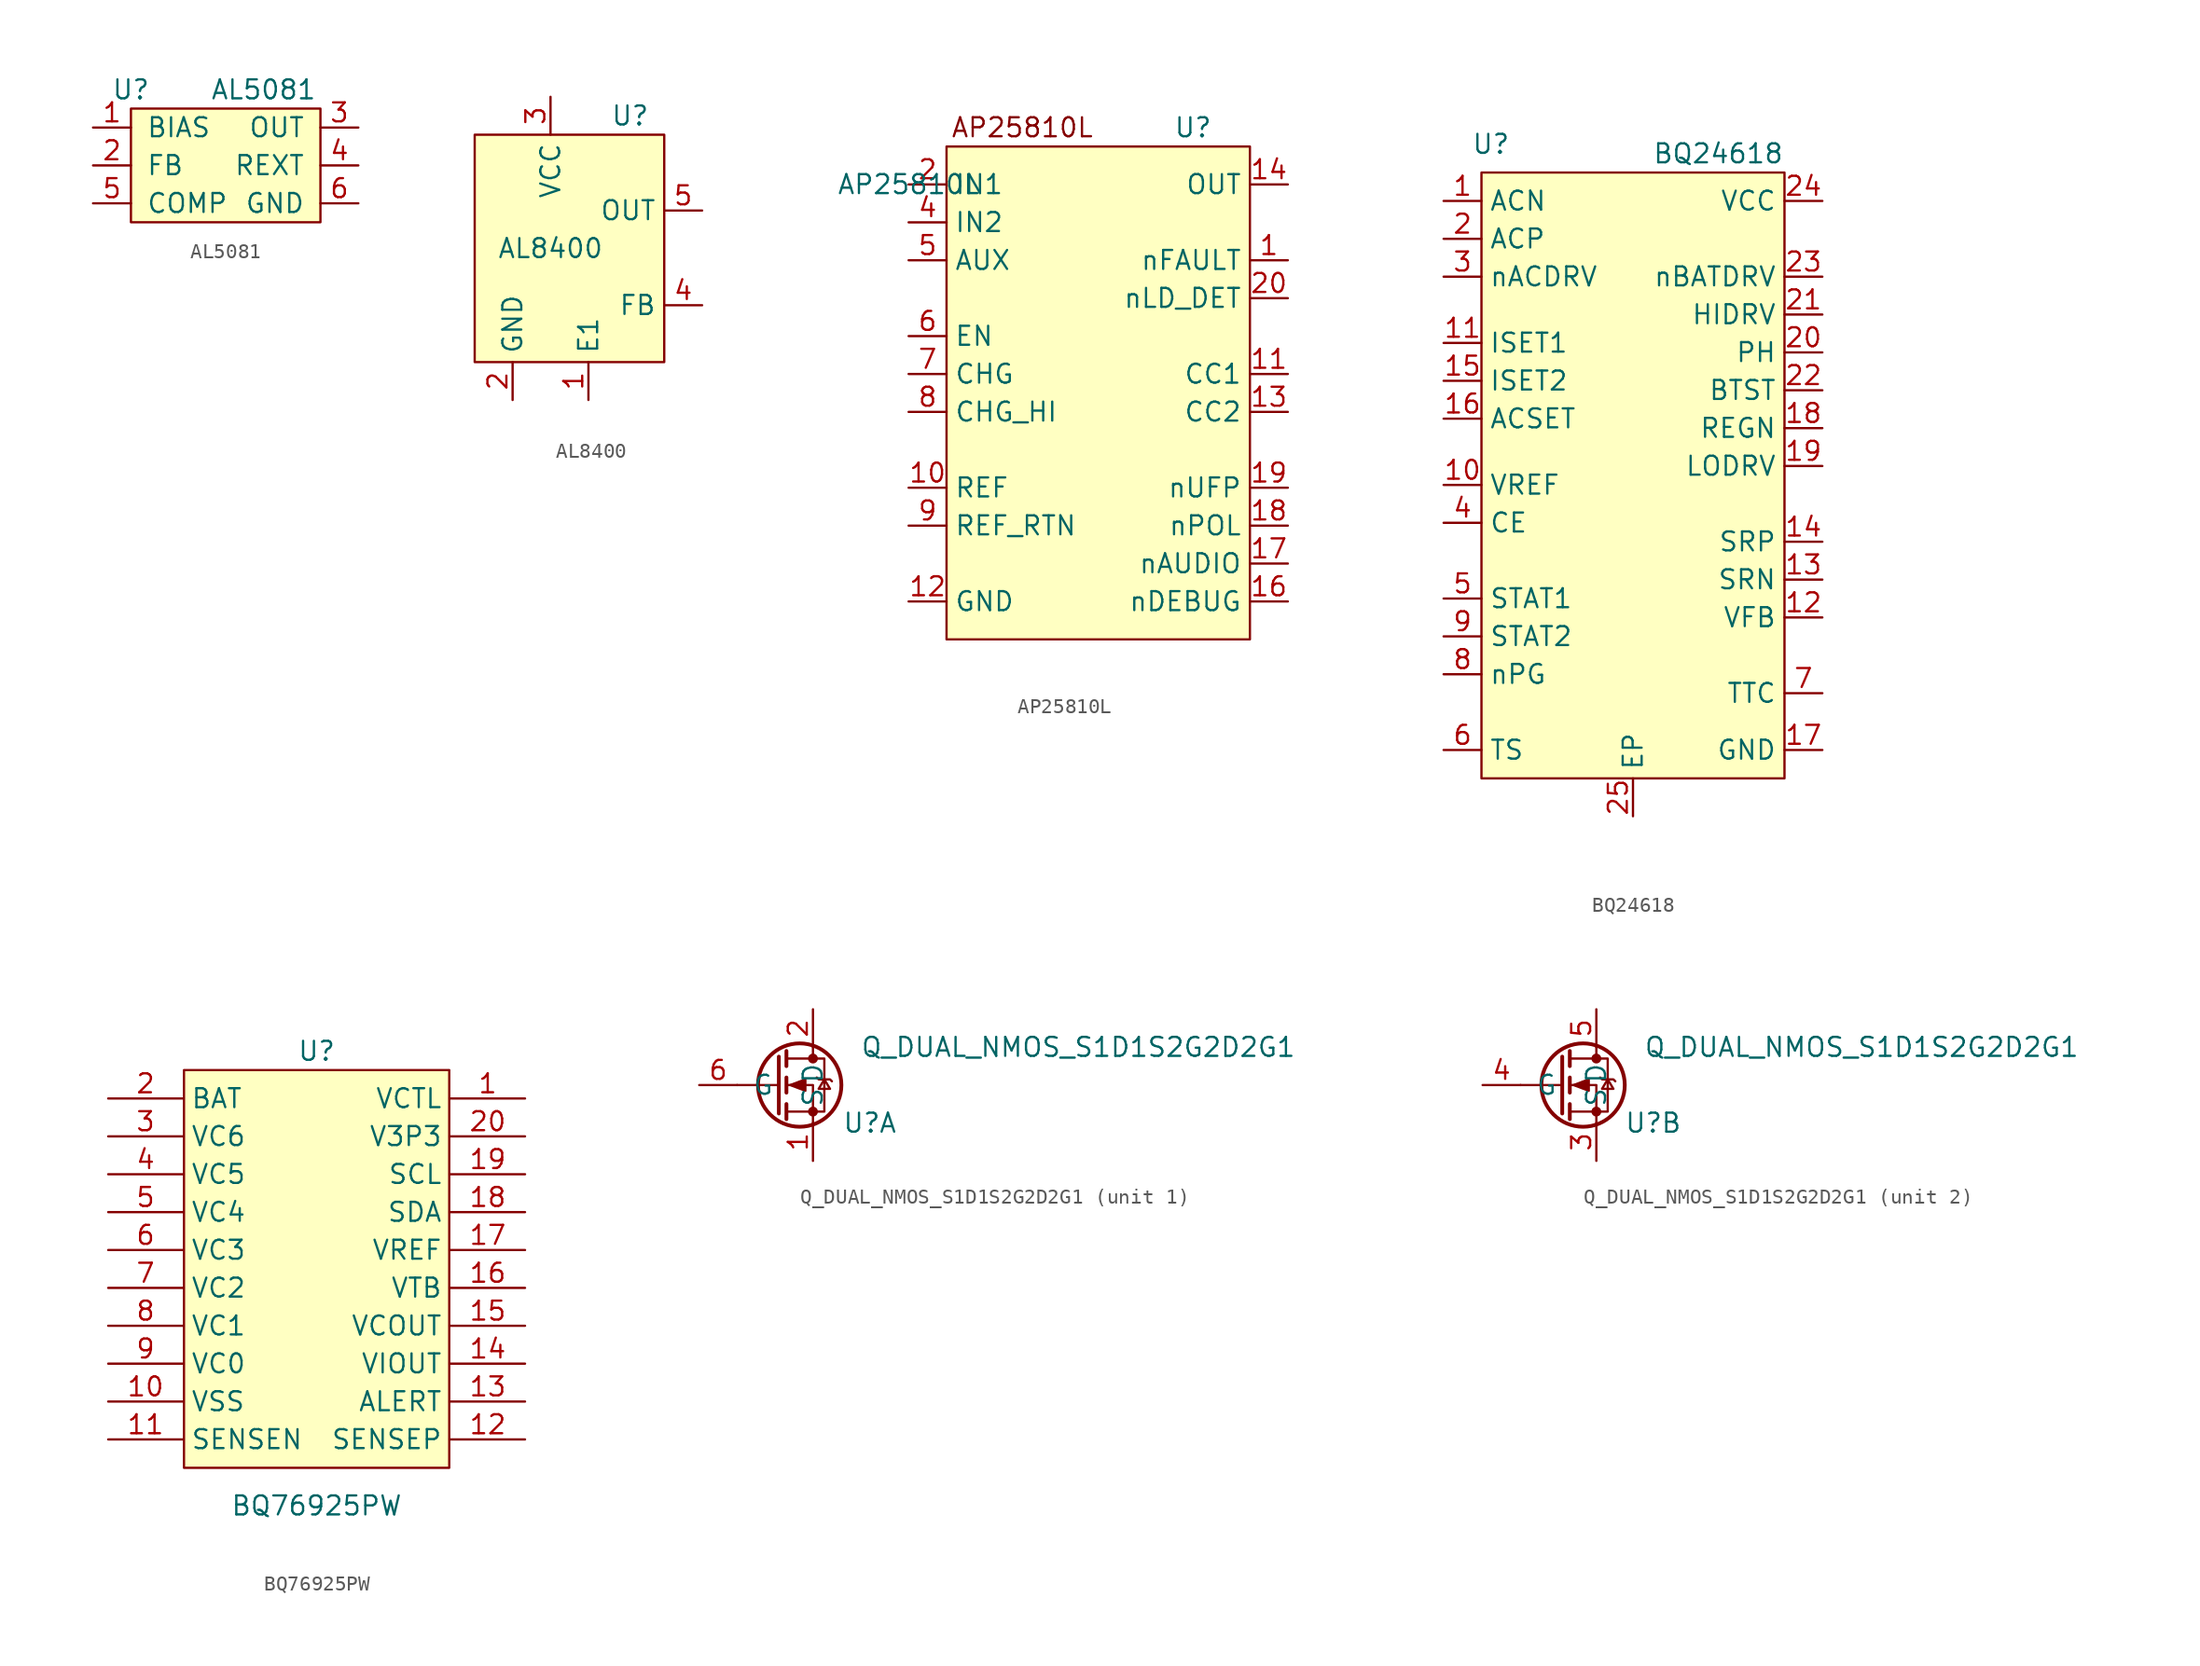
<source format=kicad_sym>
(kicad_symbol_lib
  (version 20241209)
  (generator "kicad_symbol_editor")
  (generator_version "9.0")
  (symbol "AL5081"
    (pin_names
      (offset 1.016))
    (property "Reference" "U"
      (at -6.35 6.35 0)
      (effects (font (size 1.27 1.27))))
    (property "Value" "AL5081"
      (at 2.54 6.35 0)
      (effects (font (size 1.27 1.27))))
    (symbol "AL5081_0_1"
      (rectangle (start -6.35 5.08) (end 6.35 -2.54) (stroke (width 0) (type default)) (fill (type background))))
    (symbol "AL5081_1_1"
      (pin passive line (at -8.89 3.81 0) (length 2.54) (name "BIAS" (effects (font (size 1.27 1.27)))) (number "1" (effects (font (size 1.27 1.27)))))
      (pin passive line (at -8.89 1.27 0) (length 2.54) (name "FB" (effects (font (size 1.27 1.27)))) (number "2" (effects (font (size 1.27 1.27)))))
      (pin passive line (at -8.89 -1.27 0) (length 2.54) (name "COMP" (effects (font (size 1.27 1.27)))) (number "5" (effects (font (size 1.27 1.27)))))
      (pin passive line (at 8.89 3.81 180) (length 2.54) (name "OUT" (effects (font (size 1.27 1.27)))) (number "3" (effects (font (size 1.27 1.27)))))
      (pin passive line (at 8.89 1.27 180) (length 2.54) (name "REXT" (effects (font (size 1.27 1.27)))) (number "4" (effects (font (size 1.27 1.27)))))
      (pin passive line (at 8.89 -1.27 180) (length 2.54) (name "GND" (effects (font (size 1.27 1.27)))) (number "6" (effects (font (size 1.27 1.27)))))))
  (symbol "AL8400"
    (property "Reference" "U"
      (at 5.334 8.89 0)
      (effects (font (size 1.27 1.27))))
    (property "Value" "AL8400"
      (at 0 0 0)
      (effects (font (size 1.27 1.27))))
    (symbol "AL8400_1_1"
      (rectangle (start -5.08 7.62) (end 7.62 -7.62) (stroke (width 0) (type default)) (fill (type background)))
      (pin passive line (at -2.54 -10.16 90) (length 2.54) (name "GND" (effects (font (size 1.27 1.27)))) (number "2" (effects (font (size 1.27 1.27)))))
      (pin passive line (at 0 10.16 270) (length 2.54) (name "VCC" (effects (font (size 1.27 1.27)))) (number "3" (effects (font (size 1.27 1.27)))))
      (pin passive line (at 2.54 -10.16 90) (length 2.54) (name "E1" (effects (font (size 1.27 1.27)))) (number "1" (effects (font (size 1.27 1.27)))))
      (pin passive line (at 10.16 2.54 180) (length 2.54) (name "OUT" (effects (font (size 1.27 1.27)))) (number "5" (effects (font (size 1.27 1.27)))))
      (pin passive line (at 10.16 -3.81 180) (length 2.54) (name "FB" (effects (font (size 1.27 1.27)))) (number "4" (effects (font (size 1.27 1.27)))))))
  (symbol "AP25810L"
    (property "Reference" "U"
      (at 19.05 3.81 0)
      (effects (font (size 1.27 1.27))))
    (property "Value" "AP25810L"
      (at 0 0 0)
      (effects (font (size 1.27 1.27))))
    (symbol "AP25810L_1_1"
      (rectangle (start 2.54 2.54) (end 22.86 -30.48) (stroke (width 0) (type default)) (fill (type background)))
      (text "AP25810L" (at 7.62 3.81 0) (effects (font (size 1.27 1.27))))
      (pin passive line (at 0 0 0) (length 2.54) (name "IN1" (effects (font (size 1.27 1.27)))) (number "2" (effects (font (size 1.27 1.27)))))
      (pin passive line (at 0 0 0) (length 2.54) (hide yes) (name "IN1" (effects (font (size 1.27 1.27)))) (number "3" (effects (font (size 1.27 1.27)))))
      (pin passive line (at 0 -2.54 0) (length 2.54) (name "IN2" (effects (font (size 1.27 1.27)))) (number "4" (effects (font (size 1.27 1.27)))))
      (pin passive line (at 0 -5.08 0) (length 2.54) (name "AUX" (effects (font (size 1.27 1.27)))) (number "5" (effects (font (size 1.27 1.27)))))
      (pin passive line (at 0 -10.16 0) (length 2.54) (name "EN" (effects (font (size 1.27 1.27)))) (number "6" (effects (font (size 1.27 1.27)))))
      (pin passive line (at 0 -12.7 0) (length 2.54) (name "CHG" (effects (font (size 1.27 1.27)))) (number "7" (effects (font (size 1.27 1.27)))))
      (pin passive line (at 0 -15.24 0) (length 2.54) (name "CHG_HI" (effects (font (size 1.27 1.27)))) (number "8" (effects (font (size 1.27 1.27)))))
      (pin passive line (at 0 -20.32 0) (length 2.54) (name "REF" (effects (font (size 1.27 1.27)))) (number "10" (effects (font (size 1.27 1.27)))))
      (pin passive line (at 0 -22.86 0) (length 2.54) (name "REF_RTN" (effects (font (size 1.27 1.27)))) (number "9" (effects (font (size 1.27 1.27)))))
      (pin passive line (at 0 -27.94 0) (length 2.54) (name "GND" (effects (font (size 1.27 1.27)))) (number "12" (effects (font (size 1.27 1.27)))))
      (pin passive line (at 0 -27.94 0) (length 2.54) (hide yes) (name "THERMALPAD" (effects (font (size 1.27 1.27)))) (number "21" (effects (font (size 1.27 1.27)))))
      (pin passive line (at 25.4 0 180) (length 2.54) (name "OUT" (effects (font (size 1.27 1.27)))) (number "14" (effects (font (size 1.27 1.27)))))
      (pin passive line (at 25.4 0 180) (length 2.54) (hide yes) (name "OUT" (effects (font (size 1.27 1.27)))) (number "15" (effects (font (size 1.27 1.27)))))
      (pin passive line (at 25.4 -5.08 180) (length 2.54) (name "nFAULT" (effects (font (size 1.27 1.27)))) (number "1" (effects (font (size 1.27 1.27)))))
      (pin passive line (at 25.4 -7.62 180) (length 2.54) (name "nLD_DET" (effects (font (size 1.27 1.27)))) (number "20" (effects (font (size 1.27 1.27)))))
      (pin passive line (at 25.4 -12.7 180) (length 2.54) (name "CC1" (effects (font (size 1.27 1.27)))) (number "11" (effects (font (size 1.27 1.27)))))
      (pin passive line (at 25.4 -15.24 180) (length 2.54) (name "CC2" (effects (font (size 1.27 1.27)))) (number "13" (effects (font (size 1.27 1.27)))))
      (pin passive line (at 25.4 -20.32 180) (length 2.54) (name "nUFP" (effects (font (size 1.27 1.27)))) (number "19" (effects (font (size 1.27 1.27)))))
      (pin passive line (at 25.4 -22.86 180) (length 2.54) (name "nPOL" (effects (font (size 1.27 1.27)))) (number "18" (effects (font (size 1.27 1.27)))))
      (pin passive line (at 25.4 -25.4 180) (length 2.54) (name "nAUDIO" (effects (font (size 1.27 1.27)))) (number "17" (effects (font (size 1.27 1.27)))))
      (pin passive line (at 25.4 -27.94 180) (length 2.54) (name "nDEBUG" (effects (font (size 1.27 1.27)))) (number "16" (effects (font (size 1.27 1.27)))))))
  (symbol "BQ24618"
    (property "Reference" "U"
      (at -9.525 3.81 0)
      (effects (font (size 1.27 1.27))))
    (property "Value" "BQ24618"
      (at 5.715 3.175 0)
      (effects (font (size 1.27 1.27))))
    (symbol "BQ24618_0_1"
      (rectangle (start -10.16 1.905) (end 10.16 -38.735) (stroke (width 0.152) (type default)) (fill (type background))))
    (symbol "BQ24618_1_1"
      (pin passive line (at -12.7 0 0) (length 2.54) (name "ACN" (effects (font (size 1.27 1.27)))) (number "1" (effects (font (size 1.27 1.27)))))
      (pin passive line (at -12.7 -2.54 0) (length 2.54) (name "ACP" (effects (font (size 1.27 1.27)))) (number "2" (effects (font (size 1.27 1.27)))))
      (pin passive line (at -12.7 -5.08 0) (length 2.54) (name "nACDRV" (effects (font (size 1.27 1.27)))) (number "3" (effects (font (size 1.27 1.27)))))
      (pin passive line (at -12.7 -9.525 0) (length 2.54) (name "ISET1" (effects (font (size 1.27 1.27)))) (number "11" (effects (font (size 1.27 1.27)))))
      (pin passive line (at -12.7 -12.065 0) (length 2.54) (name "ISET2" (effects (font (size 1.27 1.27)))) (number "15" (effects (font (size 1.27 1.27)))))
      (pin passive line (at -12.7 -14.605 0) (length 2.54) (name "ACSET" (effects (font (size 1.27 1.27)))) (number "16" (effects (font (size 1.27 1.27)))))
      (pin passive line (at -12.7 -19.05 0) (length 2.54) (name "VREF" (effects (font (size 1.27 1.27)))) (number "10" (effects (font (size 1.27 1.27)))))
      (pin passive line (at -12.7 -21.59 0) (length 2.54) (name "CE" (effects (font (size 1.27 1.27)))) (number "4" (effects (font (size 1.27 1.27)))))
      (pin passive line (at -12.7 -26.67 0) (length 2.54) (name "STAT1" (effects (font (size 1.27 1.27)))) (number "5" (effects (font (size 1.27 1.27)))))
      (pin passive line (at -12.7 -29.21 0) (length 2.54) (name "STAT2" (effects (font (size 1.27 1.27)))) (number "9" (effects (font (size 1.27 1.27)))))
      (pin passive line (at -12.7 -31.75 0) (length 2.54) (name "nPG" (effects (font (size 1.27 1.27)))) (number "8" (effects (font (size 1.27 1.27)))))
      (pin passive line (at -12.7 -36.83 0) (length 2.54) (name "TS" (effects (font (size 1.27 1.27)))) (number "6" (effects (font (size 1.27 1.27)))))
      (pin passive line (at 0 -41.275 90) (length 2.54) (name "EP" (effects (font (size 1.27 1.27)))) (number "25" (effects (font (size 1.27 1.27)))))
      (pin passive line (at 12.7 0 180) (length 2.54) (name "VCC" (effects (font (size 1.27 1.27)))) (number "24" (effects (font (size 1.27 1.27)))))
      (pin passive line (at 12.7 -5.08 180) (length 2.54) (name "nBATDRV" (effects (font (size 1.27 1.27)))) (number "23" (effects (font (size 1.27 1.27)))))
      (pin passive line (at 12.7 -7.62 180) (length 2.54) (name "HIDRV" (effects (font (size 1.27 1.27)))) (number "21" (effects (font (size 1.27 1.27)))))
      (pin passive line (at 12.7 -10.16 180) (length 2.54) (name "PH" (effects (font (size 1.27 1.27)))) (number "20" (effects (font (size 1.27 1.27)))))
      (pin passive line (at 12.7 -12.7 180) (length 2.54) (name "BTST" (effects (font (size 1.27 1.27)))) (number "22" (effects (font (size 1.27 1.27)))))
      (pin passive line (at 12.7 -15.24 180) (length 2.54) (name "REGN" (effects (font (size 1.27 1.27)))) (number "18" (effects (font (size 1.27 1.27)))))
      (pin passive line (at 12.7 -17.78 180) (length 2.54) (name "LODRV" (effects (font (size 1.27 1.27)))) (number "19" (effects (font (size 1.27 1.27)))))
      (pin passive line (at 12.7 -22.86 180) (length 2.54) (name "SRP" (effects (font (size 1.27 1.27)))) (number "14" (effects (font (size 1.27 1.27)))))
      (pin passive line (at 12.7 -25.4 180) (length 2.54) (name "SRN" (effects (font (size 1.27 1.27)))) (number "13" (effects (font (size 1.27 1.27)))))
      (pin passive line (at 12.7 -27.94 180) (length 2.54) (name "VFB" (effects (font (size 1.27 1.27)))) (number "12" (effects (font (size 1.27 1.27)))))
      (pin passive line (at 12.7 -33.02 180) (length 2.54) (name "TTC" (effects (font (size 1.27 1.27)))) (number "7" (effects (font (size 1.27 1.27)))))
      (pin passive line (at 12.7 -36.83 180) (length 2.54) (name "GND" (effects (font (size 1.27 1.27)))) (number "17" (effects (font (size 1.27 1.27)))))))
  (symbol "BQ76925PW"
    (property "Reference" "U"
      (at 0 14.605 0)
      (effects (font (size 1.27 1.27))))
    (property "Value" "BQ76925PW"
      (at 0 -15.875 0)
      (effects (font (size 1.27 1.27))))
    (symbol "BQ76925PW_0_1"
      (rectangle (start -8.89 13.335) (end 8.89 -13.335) (stroke (width 0.152) (type default)) (fill (type background))))
    (symbol "BQ76925PW_1_1"
      (pin passive line (at -13.97 11.43 0) (length 5.004) (name "BAT" (effects (font (size 1.27 1.27)))) (number "2" (effects (font (size 1.27 1.27)))))
      (pin passive line (at -13.97 8.89 0) (length 5.004) (name "VC6" (effects (font (size 1.27 1.27)))) (number "3" (effects (font (size 1.27 1.27)))))
      (pin passive line (at -13.97 6.35 0) (length 5.004) (name "VC5" (effects (font (size 1.27 1.27)))) (number "4" (effects (font (size 1.27 1.27)))))
      (pin passive line (at -13.97 3.81 0) (length 5.004) (name "VC4" (effects (font (size 1.27 1.27)))) (number "5" (effects (font (size 1.27 1.27)))))
      (pin passive line (at -13.97 1.27 0) (length 5.004) (name "VC3" (effects (font (size 1.27 1.27)))) (number "6" (effects (font (size 1.27 1.27)))))
      (pin passive line (at -13.97 -1.27 0) (length 5.004) (name "VC2" (effects (font (size 1.27 1.27)))) (number "7" (effects (font (size 1.27 1.27)))))
      (pin passive line (at -13.97 -3.81 0) (length 5.004) (name "VC1" (effects (font (size 1.27 1.27)))) (number "8" (effects (font (size 1.27 1.27)))))
      (pin passive line (at -13.97 -6.35 0) (length 5.004) (name "VC0" (effects (font (size 1.27 1.27)))) (number "9" (effects (font (size 1.27 1.27)))))
      (pin passive line (at -13.97 -8.89 0) (length 5.004) (name "VSS" (effects (font (size 1.27 1.27)))) (number "10" (effects (font (size 1.27 1.27)))))
      (pin passive line (at -13.97 -11.43 0) (length 5.004) (name "SENSEN" (effects (font (size 1.27 1.27)))) (number "11" (effects (font (size 1.27 1.27)))))
      (pin passive line (at 13.97 11.43 180) (length 5.004) (name "VCTL" (effects (font (size 1.27 1.27)))) (number "1" (effects (font (size 1.27 1.27)))))
      (pin passive line (at 13.97 8.89 180) (length 5.004) (name "V3P3" (effects (font (size 1.27 1.27)))) (number "20" (effects (font (size 1.27 1.27)))))
      (pin passive line (at 13.97 6.35 180) (length 5.004) (name "SCL" (effects (font (size 1.27 1.27)))) (number "19" (effects (font (size 1.27 1.27)))))
      (pin passive line (at 13.97 3.81 180) (length 5.004) (name "SDA" (effects (font (size 1.27 1.27)))) (number "18" (effects (font (size 1.27 1.27)))))
      (pin passive line (at 13.97 1.27 180) (length 5.004) (name "VREF" (effects (font (size 1.27 1.27)))) (number "17" (effects (font (size 1.27 1.27)))))
      (pin passive line (at 13.97 -1.27 180) (length 5.004) (name "VTB" (effects (font (size 1.27 1.27)))) (number "16" (effects (font (size 1.27 1.27)))))
      (pin passive line (at 13.97 -3.81 180) (length 5.004) (name "VCOUT" (effects (font (size 1.27 1.27)))) (number "15" (effects (font (size 1.27 1.27)))))
      (pin passive line (at 13.97 -6.35 180) (length 5.004) (name "VIOUT" (effects (font (size 1.27 1.27)))) (number "14" (effects (font (size 1.27 1.27)))))
      (pin passive line (at 13.97 -8.89 180) (length 5.004) (name "ALERT" (effects (font (size 1.27 1.27)))) (number "13" (effects (font (size 1.27 1.27)))))
      (pin passive line (at 13.97 -11.43 180) (length 5.004) (name "SENSEP" (effects (font (size 1.27 1.27)))) (number "12" (effects (font (size 1.27 1.27)))))))
  (symbol "Q_DUAL_NMOS_S1D1S2G2D2G1"
    (pin_names
      (offset 1.016))
    (property "Reference" "U"
      (at 6.35 -2.54 0)
      (effects (font (size 1.27 1.27))))
    (property "Value" "Q_DUAL_NMOS_S1D1S2G2D2G1"
      (at 20.32 2.54 0)
      (effects (font (size 1.27 1.27))))
    (symbol "Q_DUAL_NMOS_S1D1S2G2D2G1_1_1"
      (polyline (pts (xy 0.254 1.905) (xy 0.254 -1.905)) (stroke (width 0.254) (type default)) (fill (type none)))
      (polyline (pts (xy 0.254 0) (xy -2.54 0)) (stroke (width 0) (type default)) (fill (type none)))
      (polyline (pts (xy 0.762 2.286) (xy 0.762 1.27)) (stroke (width 0.254) (type default)) (fill (type none)))
      (polyline (pts (xy 0.762 0.508) (xy 0.762 -0.508)) (stroke (width 0.254) (type default)) (fill (type none)))
      (polyline (pts (xy 0.762 -1.27) (xy 0.762 -2.286)) (stroke (width 0.254) (type default)) (fill (type none)))
      (polyline (pts (xy 0.762 -1.778) (xy 3.302 -1.778) (xy 3.302 1.778) (xy 0.762 1.778)) (stroke (width 0) (type default)) (fill (type none)))
      (polyline (pts (xy 1.016 0) (xy 2.032 0.381) (xy 2.032 -0.381) (xy 1.016 0)) (stroke (width 0) (type default)) (fill (type outline)))
      (circle (center 1.651 0) (radius 2.794) (stroke (width 0.254) (type default)) (fill (type none)))
      (polyline (pts (xy 2.54 2.54) (xy 2.54 1.778)) (stroke (width 0) (type default)) (fill (type none)))
      (circle (center 2.54 1.778) (radius 0.254) (stroke (width 0) (type default)) (fill (type outline)))
      (circle (center 2.54 -1.778) (radius 0.254) (stroke (width 0) (type default)) (fill (type outline)))
      (polyline (pts (xy 2.54 -2.54) (xy 2.54 0) (xy 0.762 0)) (stroke (width 0) (type default)) (fill (type none)))
      (polyline (pts (xy 2.794 0.508) (xy 2.921 0.381) (xy 3.683 0.381) (xy 3.81 0.254)) (stroke (width 0) (type default)) (fill (type none)))
      (polyline (pts (xy 3.302 0.381) (xy 2.921 -0.254) (xy 3.683 -0.254) (xy 3.302 0.381)) (stroke (width 0) (type default)) (fill (type none)))
      (pin input line (at -5.08 0 0) (length 2.54) (name "G" (effects (font (size 1.27 1.27)))) (number "6" (effects (font (size 1.27 1.27)))))
      (pin passive line (at 2.54 5.08 270) (length 2.54) (name "D" (effects (font (size 1.27 1.27)))) (number "2" (effects (font (size 1.27 1.27)))))
      (pin passive line (at 2.54 -5.08 90) (length 2.54) (name "S" (effects (font (size 1.27 1.27)))) (number "1" (effects (font (size 1.27 1.27))))))
    (symbol "Q_DUAL_NMOS_S1D1S2G2D2G1_2_1"
      (polyline (pts (xy 0.254 1.905) (xy 0.254 -1.905)) (stroke (width 0.254) (type default)) (fill (type none)))
      (polyline (pts (xy 0.254 0) (xy -2.54 0)) (stroke (width 0) (type default)) (fill (type none)))
      (polyline (pts (xy 0.762 2.286) (xy 0.762 1.27)) (stroke (width 0.254) (type default)) (fill (type none)))
      (polyline (pts (xy 0.762 0.508) (xy 0.762 -0.508)) (stroke (width 0.254) (type default)) (fill (type none)))
      (polyline (pts (xy 0.762 -1.27) (xy 0.762 -2.286)) (stroke (width 0.254) (type default)) (fill (type none)))
      (polyline (pts (xy 0.762 -1.778) (xy 3.302 -1.778) (xy 3.302 1.778) (xy 0.762 1.778)) (stroke (width 0) (type default)) (fill (type none)))
      (polyline (pts (xy 1.016 0) (xy 2.032 0.381) (xy 2.032 -0.381) (xy 1.016 0)) (stroke (width 0) (type default)) (fill (type outline)))
      (circle (center 1.651 0) (radius 2.794) (stroke (width 0.254) (type default)) (fill (type none)))
      (polyline (pts (xy 2.54 2.54) (xy 2.54 1.778)) (stroke (width 0) (type default)) (fill (type none)))
      (circle (center 2.54 1.778) (radius 0.254) (stroke (width 0) (type default)) (fill (type outline)))
      (circle (center 2.54 -1.778) (radius 0.254) (stroke (width 0) (type default)) (fill (type outline)))
      (polyline (pts (xy 2.54 -2.54) (xy 2.54 0) (xy 0.762 0)) (stroke (width 0) (type default)) (fill (type none)))
      (polyline (pts (xy 2.794 0.508) (xy 2.921 0.381) (xy 3.683 0.381) (xy 3.81 0.254)) (stroke (width 0) (type default)) (fill (type none)))
      (polyline (pts (xy 3.302 0.381) (xy 2.921 -0.254) (xy 3.683 -0.254) (xy 3.302 0.381)) (stroke (width 0) (type default)) (fill (type none)))
      (pin input line (at -5.08 0 0) (length 2.54) (name "G" (effects (font (size 1.27 1.27)))) (number "4" (effects (font (size 1.27 1.27)))))
      (pin passive line (at 2.54 5.08 270) (length 2.54) (name "D" (effects (font (size 1.27 1.27)))) (number "5" (effects (font (size 1.27 1.27)))))
      (pin passive line (at 2.54 -5.08 90) (length 2.54) (name "S" (effects (font (size 1.27 1.27)))) (number "3" (effects (font (size 1.27 1.27))))))))
</source>
